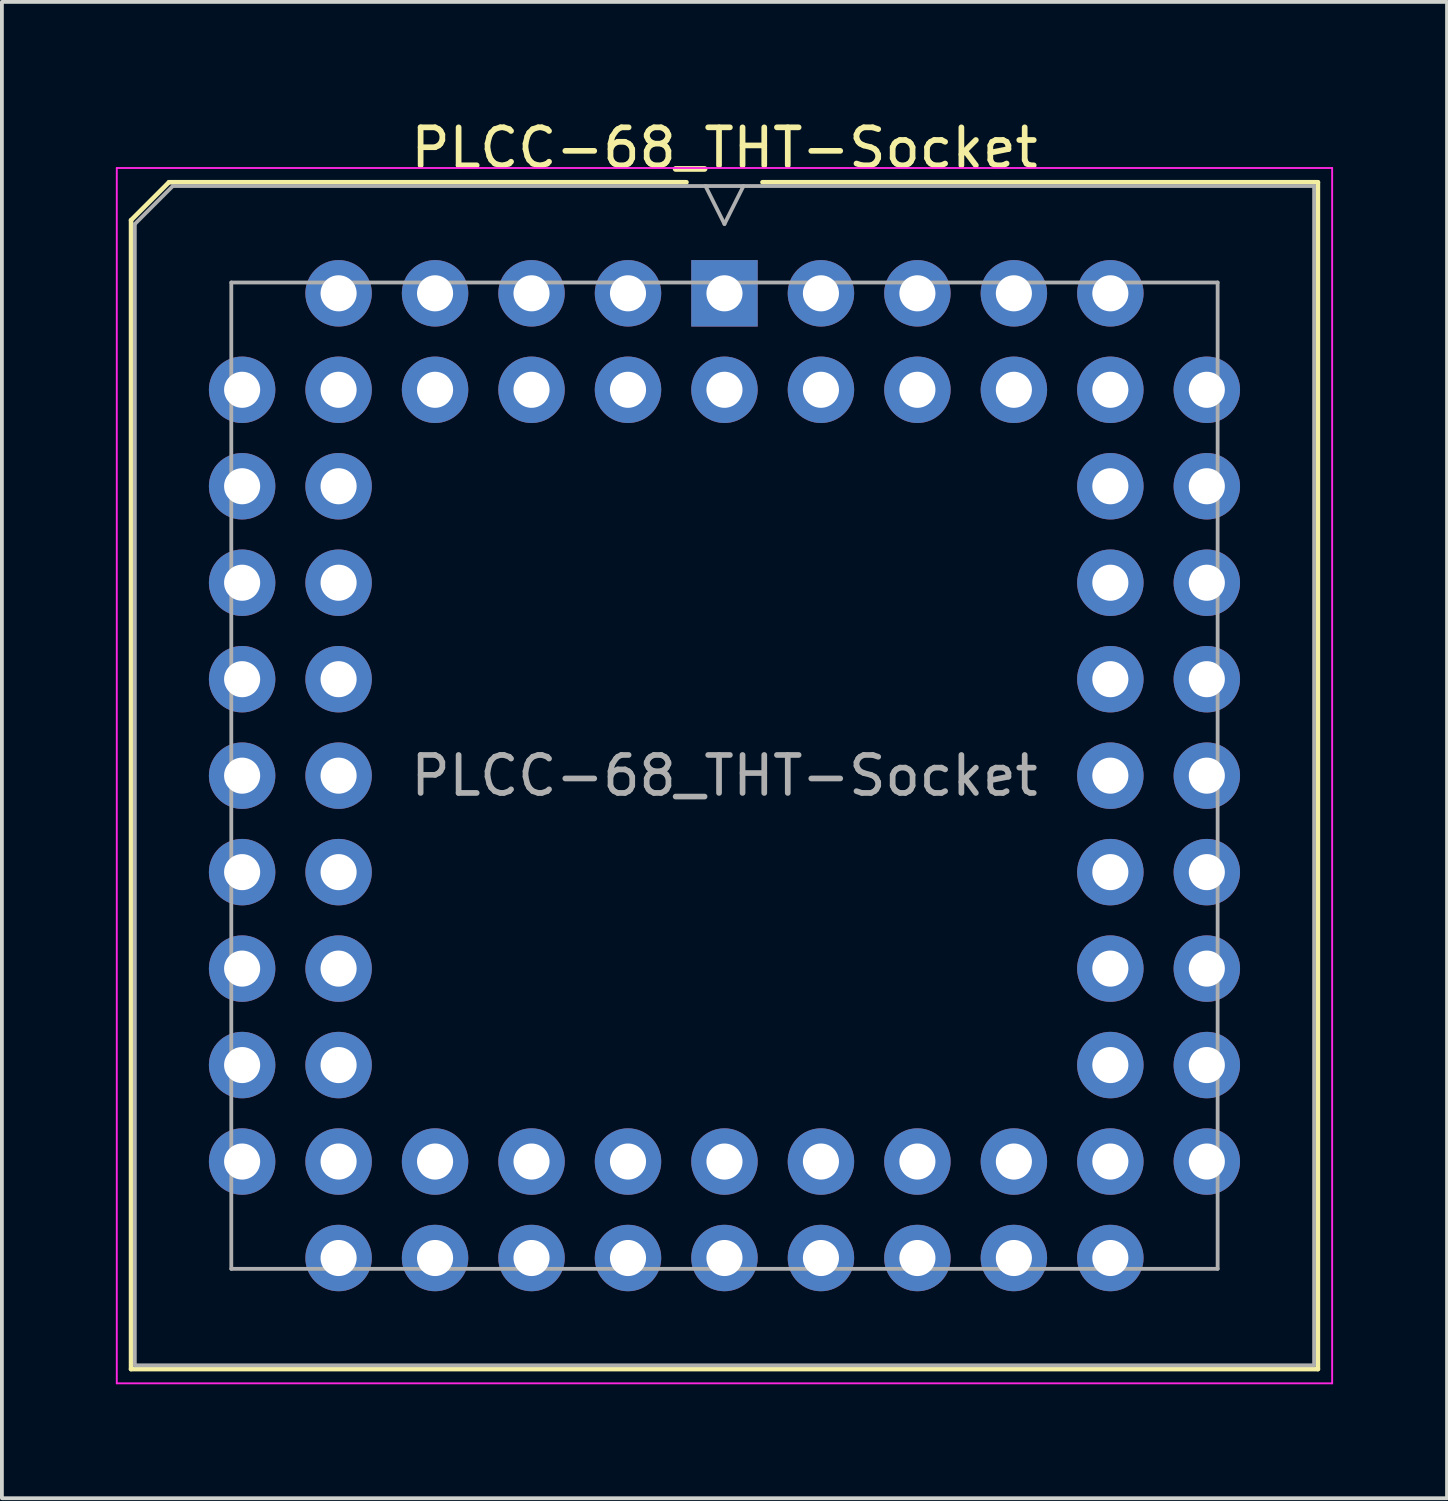
<source format=kicad_pcb>
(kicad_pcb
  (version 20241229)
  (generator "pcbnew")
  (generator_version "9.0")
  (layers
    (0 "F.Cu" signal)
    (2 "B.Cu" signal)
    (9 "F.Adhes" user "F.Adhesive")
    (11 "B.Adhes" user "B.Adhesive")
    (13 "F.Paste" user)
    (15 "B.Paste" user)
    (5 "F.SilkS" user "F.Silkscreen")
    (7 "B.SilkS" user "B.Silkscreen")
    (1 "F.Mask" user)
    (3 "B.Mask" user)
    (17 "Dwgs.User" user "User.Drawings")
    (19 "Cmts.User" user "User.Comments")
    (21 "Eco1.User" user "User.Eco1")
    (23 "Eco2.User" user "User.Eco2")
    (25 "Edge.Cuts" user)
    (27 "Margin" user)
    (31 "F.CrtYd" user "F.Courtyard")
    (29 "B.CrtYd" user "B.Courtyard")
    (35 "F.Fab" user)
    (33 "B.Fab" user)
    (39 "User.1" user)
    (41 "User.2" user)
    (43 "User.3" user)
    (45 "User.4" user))
  (footprint "PLCC-68_THT-Socket"
    (layer "F.Cu")
    (at 16.025 4.673)
    (property "Reference" "PLCC-68_THT-Socket" (at 0 -3.825 0) (layer "F.SilkS") (effects (font (size 1 1) (thickness 0.15))))
    (attr through_hole)
    (fp_line (start -15.625 -1.925) (end -15.625 28.325) (stroke (width 0.12) (type solid)) (layer "F.SilkS"))
    (fp_line (start -15.625 28.325) (end 15.625 28.325) (stroke (width 0.12) (type solid)) (layer "F.SilkS"))
    (fp_line (start -14.625 -2.925) (end -15.625 -1.925) (stroke (width 0.12) (type solid)) (layer "F.SilkS"))
    (fp_line (start -1 -2.925) (end -14.625 -2.925) (stroke (width 0.12) (type solid)) (layer "F.SilkS"))
    (fp_line (start 15.625 -2.925) (end 1 -2.925) (stroke (width 0.12) (type solid)) (layer "F.SilkS"))
    (fp_line (start 15.625 28.325) (end 15.625 -2.925) (stroke (width 0.12) (type solid)) (layer "F.SilkS"))
    (fp_line (start -16 -3.3) (end -16 28.7) (stroke (width 0.05) (type solid)) (layer "F.CrtYd"))
    (fp_line (start -16 28.7) (end 16 28.7) (stroke (width 0.05) (type solid)) (layer "F.CrtYd"))
    (fp_line (start 16 -3.3) (end -16 -3.3) (stroke (width 0.05) (type solid)) (layer "F.CrtYd"))
    (fp_line (start 16 28.7) (end 16 -3.3) (stroke (width 0.05) (type solid)) (layer "F.CrtYd"))
    (fp_line (start -15.525 -1.825) (end -15.525 28.225) (stroke (width 0.1) (type solid)) (layer "F.Fab"))
    (fp_line (start -15.525 28.225) (end 15.525 28.225) (stroke (width 0.1) (type solid)) (layer "F.Fab"))
    (fp_line (start -14.525 -2.825) (end -15.525 -1.825) (stroke (width 0.1) (type solid)) (layer "F.Fab"))
    (fp_line (start -12.985 -0.285) (end -12.985 25.685) (stroke (width 0.1) (type solid)) (layer "F.Fab"))
    (fp_line (start -12.985 25.685) (end 12.985 25.685) (stroke (width 0.1) (type solid)) (layer "F.Fab"))
    (fp_line (start -0.5 -2.825) (end 0 -1.825) (stroke (width 0.1) (type solid)) (layer "F.Fab"))
    (fp_line (start 0 -1.825) (end 0.5 -2.825) (stroke (width 0.1) (type solid)) (layer "F.Fab"))
    (fp_line (start 12.985 -0.285) (end -12.985 -0.285) (stroke (width 0.1) (type solid)) (layer "F.Fab"))
    (fp_line (start 12.985 25.685) (end 12.985 -0.285) (stroke (width 0.1) (type solid)) (layer "F.Fab"))
    (fp_line (start 15.525 -2.825) (end -14.525 -2.825) (stroke (width 0.1) (type solid)) (layer "F.Fab"))
    (fp_line (start 15.525 28.225) (end 15.525 -2.825) (stroke (width 0.1) (type solid)) (layer "F.Fab"))
    (fp_text user "${REFERENCE}" (at 0 12.7 0) (layer "F.Fab") (effects (font (size 1 1) (thickness 0.15))))
    (pad "1" thru_hole rect (at 0 0) (size 1.75 1.75) (drill 0.95) (layers "*.Cu" "*.Mask"))
    (pad "2" thru_hole circle (at 0 2.54) (size 1.75 1.75) (drill 0.95) (layers "*.Cu" "*.Mask"))
    (pad "3" thru_hole circle (at -2.54 0) (size 1.75 1.75) (drill 0.95) (layers "*.Cu" "*.Mask"))
    (pad "4" thru_hole circle (at -2.54 2.54) (size 1.75 1.75) (drill 0.95) (layers "*.Cu" "*.Mask"))
    (pad "5" thru_hole circle (at -5.08 0) (size 1.75 1.75) (drill 0.95) (layers "*.Cu" "*.Mask"))
    (pad "6" thru_hole circle (at -5.08 2.54) (size 1.75 1.75) (drill 0.95) (layers "*.Cu" "*.Mask"))
    (pad "7" thru_hole circle (at -7.62 0) (size 1.75 1.75) (drill 0.95) (layers "*.Cu" "*.Mask"))
    (pad "8" thru_hole circle (at -7.62 2.54) (size 1.75 1.75) (drill 0.95) (layers "*.Cu" "*.Mask"))
    (pad "9" thru_hole circle (at -10.16 0) (size 1.75 1.75) (drill 0.95) (layers "*.Cu" "*.Mask"))
    (pad "10" thru_hole circle (at -12.7 2.54) (size 1.75 1.75) (drill 0.95) (layers "*.Cu" "*.Mask"))
    (pad "11" thru_hole circle (at -10.16 2.54) (size 1.75 1.75) (drill 0.95) (layers "*.Cu" "*.Mask"))
    (pad "12" thru_hole circle (at -12.7 5.08) (size 1.75 1.75) (drill 0.95) (layers "*.Cu" "*.Mask"))
    (pad "13" thru_hole circle (at -10.16 5.08) (size 1.75 1.75) (drill 0.95) (layers "*.Cu" "*.Mask"))
    (pad "14" thru_hole circle (at -12.7 7.62) (size 1.75 1.75) (drill 0.95) (layers "*.Cu" "*.Mask"))
    (pad "15" thru_hole circle (at -10.16 7.62) (size 1.75 1.75) (drill 0.95) (layers "*.Cu" "*.Mask"))
    (pad "16" thru_hole circle (at -12.7 10.16) (size 1.75 1.75) (drill 0.95) (layers "*.Cu" "*.Mask"))
    (pad "17" thru_hole circle (at -10.16 10.16) (size 1.75 1.75) (drill 0.95) (layers "*.Cu" "*.Mask"))
    (pad "18" thru_hole circle (at -12.7 12.7) (size 1.75 1.75) (drill 0.95) (layers "*.Cu" "*.Mask"))
    (pad "19" thru_hole circle (at -10.16 12.7) (size 1.75 1.75) (drill 0.95) (layers "*.Cu" "*.Mask"))
    (pad "20" thru_hole circle (at -12.7 15.24) (size 1.75 1.75) (drill 0.95) (layers "*.Cu" "*.Mask"))
    (pad "21" thru_hole circle (at -10.16 15.24) (size 1.75 1.75) (drill 0.95) (layers "*.Cu" "*.Mask"))
    (pad "22" thru_hole circle (at -12.7 17.78) (size 1.75 1.75) (drill 0.95) (layers "*.Cu" "*.Mask"))
    (pad "23" thru_hole circle (at -10.16 17.78) (size 1.75 1.75) (drill 0.95) (layers "*.Cu" "*.Mask"))
    (pad "24" thru_hole circle (at -12.7 20.32) (size 1.75 1.75) (drill 0.95) (layers "*.Cu" "*.Mask"))
    (pad "25" thru_hole circle (at -10.16 20.32) (size 1.75 1.75) (drill 0.95) (layers "*.Cu" "*.Mask"))
    (pad "26" thru_hole circle (at -12.7 22.86) (size 1.75 1.75) (drill 0.95) (layers "*.Cu" "*.Mask"))
    (pad "27" thru_hole circle (at -10.16 25.4) (size 1.75 1.75) (drill 0.95) (layers "*.Cu" "*.Mask"))
    (pad "28" thru_hole circle (at -10.16 22.86) (size 1.75 1.75) (drill 0.95) (layers "*.Cu" "*.Mask"))
    (pad "29" thru_hole circle (at -7.62 25.4) (size 1.75 1.75) (drill 0.95) (layers "*.Cu" "*.Mask"))
    (pad "30" thru_hole circle (at -7.62 22.86) (size 1.75 1.75) (drill 0.95) (layers "*.Cu" "*.Mask"))
    (pad "31" thru_hole circle (at -5.08 25.4) (size 1.75 1.75) (drill 0.95) (layers "*.Cu" "*.Mask"))
    (pad "32" thru_hole circle (at -5.08 22.86) (size 1.75 1.75) (drill 0.95) (layers "*.Cu" "*.Mask"))
    (pad "33" thru_hole circle (at -2.54 25.4) (size 1.75 1.75) (drill 0.95) (layers "*.Cu" "*.Mask"))
    (pad "34" thru_hole circle (at -2.54 22.86) (size 1.75 1.75) (drill 0.95) (layers "*.Cu" "*.Mask"))
    (pad "35" thru_hole circle (at 0 25.4) (size 1.75 1.75) (drill 0.95) (layers "*.Cu" "*.Mask"))
    (pad "36" thru_hole circle (at 0 22.86) (size 1.75 1.75) (drill 0.95) (layers "*.Cu" "*.Mask"))
    (pad "37" thru_hole circle (at 2.54 25.4) (size 1.75 1.75) (drill 0.95) (layers "*.Cu" "*.Mask"))
    (pad "38" thru_hole circle (at 2.54 22.86) (size 1.75 1.75) (drill 0.95) (layers "*.Cu" "*.Mask"))
    (pad "39" thru_hole circle (at 5.08 25.4) (size 1.75 1.75) (drill 0.95) (layers "*.Cu" "*.Mask"))
    (pad "40" thru_hole circle (at 5.08 22.86) (size 1.75 1.75) (drill 0.95) (layers "*.Cu" "*.Mask"))
    (pad "41" thru_hole circle (at 7.62 25.4) (size 1.75 1.75) (drill 0.95) (layers "*.Cu" "*.Mask"))
    (pad "42" thru_hole circle (at 7.62 22.86) (size 1.75 1.75) (drill 0.95) (layers "*.Cu" "*.Mask"))
    (pad "43" thru_hole circle (at 10.16 25.4) (size 1.75 1.75) (drill 0.95) (layers "*.Cu" "*.Mask"))
    (pad "44" thru_hole circle (at 12.7 22.86) (size 1.75 1.75) (drill 0.95) (layers "*.Cu" "*.Mask"))
    (pad "45" thru_hole circle (at 10.16 22.86) (size 1.75 1.75) (drill 0.95) (layers "*.Cu" "*.Mask"))
    (pad "46" thru_hole circle (at 12.7 20.32) (size 1.75 1.75) (drill 0.95) (layers "*.Cu" "*.Mask"))
    (pad "47" thru_hole circle (at 10.16 20.32) (size 1.75 1.75) (drill 0.95) (layers "*.Cu" "*.Mask"))
    (pad "48" thru_hole circle (at 12.7 17.78) (size 1.75 1.75) (drill 0.95) (layers "*.Cu" "*.Mask"))
    (pad "49" thru_hole circle (at 10.16 17.78) (size 1.75 1.75) (drill 0.95) (layers "*.Cu" "*.Mask"))
    (pad "50" thru_hole circle (at 12.7 15.24) (size 1.75 1.75) (drill 0.95) (layers "*.Cu" "*.Mask"))
    (pad "51" thru_hole circle (at 10.16 15.24) (size 1.75 1.75) (drill 0.95) (layers "*.Cu" "*.Mask"))
    (pad "52" thru_hole circle (at 12.7 12.7) (size 1.75 1.75) (drill 0.95) (layers "*.Cu" "*.Mask"))
    (pad "53" thru_hole circle (at 10.16 12.7) (size 1.75 1.75) (drill 0.95) (layers "*.Cu" "*.Mask"))
    (pad "54" thru_hole circle (at 12.7 10.16) (size 1.75 1.75) (drill 0.95) (layers "*.Cu" "*.Mask"))
    (pad "55" thru_hole circle (at 10.16 10.16) (size 1.75 1.75) (drill 0.95) (layers "*.Cu" "*.Mask"))
    (pad "56" thru_hole circle (at 12.7 7.62) (size 1.75 1.75) (drill 0.95) (layers "*.Cu" "*.Mask"))
    (pad "57" thru_hole circle (at 10.16 7.62) (size 1.75 1.75) (drill 0.95) (layers "*.Cu" "*.Mask"))
    (pad "58" thru_hole circle (at 12.7 5.08) (size 1.75 1.75) (drill 0.95) (layers "*.Cu" "*.Mask"))
    (pad "59" thru_hole circle (at 10.16 5.08) (size 1.75 1.75) (drill 0.95) (layers "*.Cu" "*.Mask"))
    (pad "60" thru_hole circle (at 12.7 2.54) (size 1.75 1.75) (drill 0.95) (layers "*.Cu" "*.Mask"))
    (pad "61" thru_hole circle (at 10.16 0) (size 1.75 1.75) (drill 0.95) (layers "*.Cu" "*.Mask"))
    (pad "62" thru_hole circle (at 10.16 2.54) (size 1.75 1.75) (drill 0.95) (layers "*.Cu" "*.Mask"))
    (pad "63" thru_hole circle (at 7.62 0) (size 1.75 1.75) (drill 0.95) (layers "*.Cu" "*.Mask"))
    (pad "64" thru_hole circle (at 7.62 2.54) (size 1.75 1.75) (drill 0.95) (layers "*.Cu" "*.Mask"))
    (pad "65" thru_hole circle (at 5.08 0) (size 1.75 1.75) (drill 0.95) (layers "*.Cu" "*.Mask"))
    (pad "66" thru_hole circle (at 5.08 2.54) (size 1.75 1.75) (drill 0.95) (layers "*.Cu" "*.Mask"))
    (pad "67" thru_hole circle (at 2.54 0) (size 1.75 1.75) (drill 0.95) (layers "*.Cu" "*.Mask"))
    (pad "68" thru_hole circle (at 2.54 2.54) (size 1.75 1.75) (drill 0.95) (layers "*.Cu" "*.Mask")))
  (gr_rect
    (start -3 -3)
    (end 35.05 36.398)
    (stroke (width 0.1) (type default))
    (fill no)
    (layer "Edge.Cuts")))
</source>
